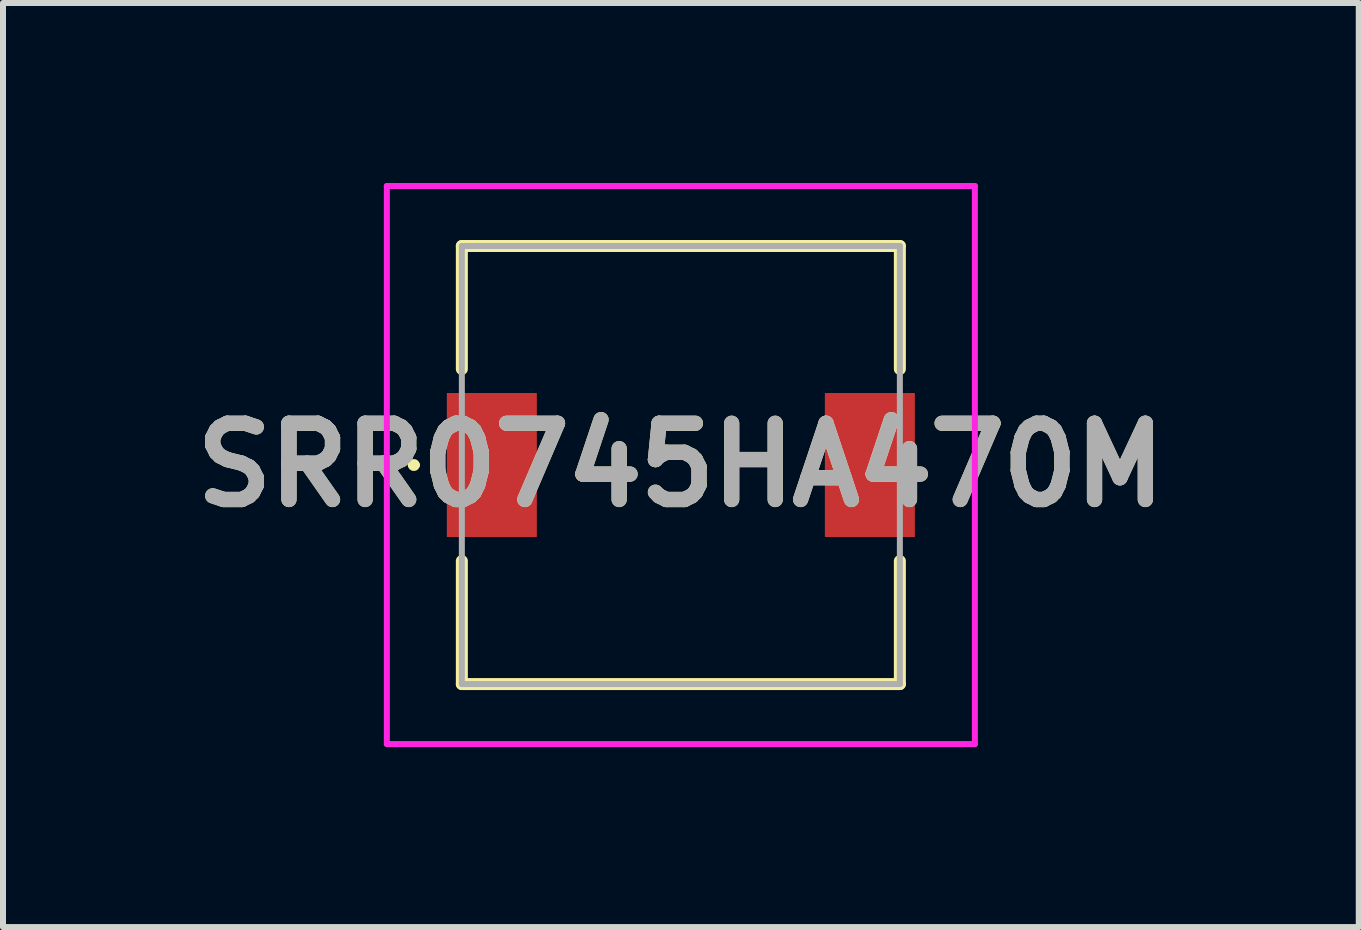
<source format=kicad_pcb>
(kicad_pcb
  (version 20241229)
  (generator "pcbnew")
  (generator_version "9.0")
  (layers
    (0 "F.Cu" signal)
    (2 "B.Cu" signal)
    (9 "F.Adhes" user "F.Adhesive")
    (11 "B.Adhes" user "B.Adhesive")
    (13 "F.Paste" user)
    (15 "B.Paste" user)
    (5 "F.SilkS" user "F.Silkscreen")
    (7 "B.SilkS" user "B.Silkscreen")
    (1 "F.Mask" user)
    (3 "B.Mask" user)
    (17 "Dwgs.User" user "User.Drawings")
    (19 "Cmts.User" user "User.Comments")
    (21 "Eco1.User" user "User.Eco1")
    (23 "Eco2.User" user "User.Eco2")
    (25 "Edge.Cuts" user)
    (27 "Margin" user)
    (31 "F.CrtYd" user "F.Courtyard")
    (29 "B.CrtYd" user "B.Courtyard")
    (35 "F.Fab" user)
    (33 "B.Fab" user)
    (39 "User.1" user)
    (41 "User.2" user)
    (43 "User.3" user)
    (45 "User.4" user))
  (footprint "SRR0745HA470M"
    (layer "F.Cu")
    (at 8.297 4.7)
    (property "Reference" "SRR0745HA470M" (at 0 0 0) (layer "F.SilkS") (effects (font (size 1.27 1.27) (thickness 0.254))))
    (attr smd)
    (fp_line (start -4.5 0) (end -4.5 0) (stroke (width 0.1) (type solid)) (layer "F.SilkS"))
    (fp_line (start -4.4 0) (end -4.4 0) (stroke (width 0.1) (type solid)) (layer "F.SilkS"))
    (fp_line (start -3.65 -3.65) (end -3.65 -1.6) (stroke (width 0.2) (type solid)) (layer "F.SilkS"))
    (fp_line (start -3.65 1.6) (end -3.65 3.65) (stroke (width 0.2) (type solid)) (layer "F.SilkS"))
    (fp_line (start -3.65 3.65) (end 3.65 3.65) (stroke (width 0.2) (type solid)) (layer "F.SilkS"))
    (fp_line (start 3.65 -3.65) (end -3.65 -3.65) (stroke (width 0.2) (type solid)) (layer "F.SilkS"))
    (fp_line (start 3.65 -1.6) (end 3.65 -3.65) (stroke (width 0.2) (type solid)) (layer "F.SilkS"))
    (fp_line (start 3.65 3.65) (end 3.65 1.6) (stroke (width 0.2) (type solid)) (layer "F.SilkS"))
    (fp_arc (start -4.5 0) (mid -4.45 -0.05) (end -4.4 0) (stroke (width 0.1) (type solid)) (layer "F.SilkS"))
    (fp_arc (start -4.4 0) (mid -4.45 0.05) (end -4.5 0) (stroke (width 0.1) (type solid)) (layer "F.SilkS"))
    (fp_line (start -4.9 -4.65) (end 4.9 -4.65) (stroke (width 0.1) (type solid)) (layer "F.CrtYd"))
    (fp_line (start -4.9 4.65) (end -4.9 -4.65) (stroke (width 0.1) (type solid)) (layer "F.CrtYd"))
    (fp_line (start 4.9 -4.65) (end 4.9 4.65) (stroke (width 0.1) (type solid)) (layer "F.CrtYd"))
    (fp_line (start 4.9 4.65) (end -4.9 4.65) (stroke (width 0.1) (type solid)) (layer "F.CrtYd"))
    (fp_line (start -3.65 -3.65) (end -3.65 3.65) (stroke (width 0.1) (type solid)) (layer "F.Fab"))
    (fp_line (start -3.65 3.65) (end 3.65 3.65) (stroke (width 0.1) (type solid)) (layer "F.Fab"))
    (fp_line (start 3.65 -3.65) (end -3.65 -3.65) (stroke (width 0.1) (type solid)) (layer "F.Fab"))
    (fp_line (start 3.65 3.65) (end 3.65 -3.65) (stroke (width 0.1) (type solid)) (layer "F.Fab"))
    (fp_text user "${REFERENCE}" (at 0 0 0) (layer "F.Fab") (effects (font (size 1.27 1.27) (thickness 0.254))))
    (pad "1" smd rect (at -3.15 0) (size 1.5 2.4) (layers "F.Cu" "F.Mask" "F.Paste"))
    (pad "2" smd rect (at 3.15 0) (size 1.5 2.4) (layers "F.Cu" "F.Mask" "F.Paste")))
  (gr_rect
    (start -3 -3)
    (end 19.595 12.4)
    (stroke (width 0.1) (type default))
    (fill no)
    (layer "Edge.Cuts")))
</source>
